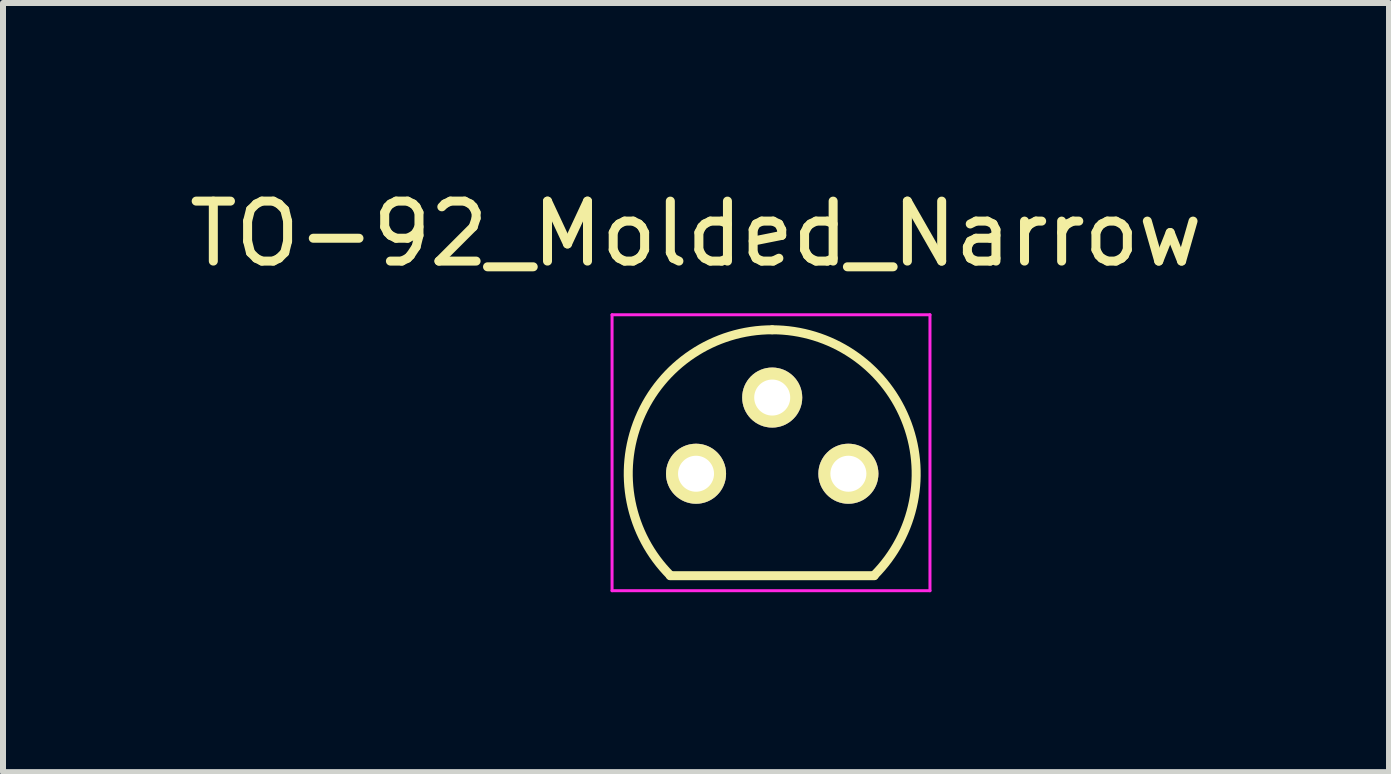
<source format=kicad_pcb>
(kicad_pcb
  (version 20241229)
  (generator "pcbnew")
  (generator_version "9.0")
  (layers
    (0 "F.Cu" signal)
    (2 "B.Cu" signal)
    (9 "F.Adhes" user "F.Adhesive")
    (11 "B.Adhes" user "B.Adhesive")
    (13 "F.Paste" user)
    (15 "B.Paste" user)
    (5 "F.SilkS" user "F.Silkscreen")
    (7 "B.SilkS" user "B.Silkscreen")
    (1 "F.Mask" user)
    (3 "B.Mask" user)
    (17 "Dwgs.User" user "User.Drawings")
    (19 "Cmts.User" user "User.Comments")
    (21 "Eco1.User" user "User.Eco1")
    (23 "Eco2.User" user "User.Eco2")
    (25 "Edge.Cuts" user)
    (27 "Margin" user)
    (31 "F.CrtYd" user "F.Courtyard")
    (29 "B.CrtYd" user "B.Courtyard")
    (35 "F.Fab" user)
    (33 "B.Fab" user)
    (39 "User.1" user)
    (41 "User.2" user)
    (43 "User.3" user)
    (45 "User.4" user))
  (footprint "TO-92_Molded_Narrow"
    (layer "F.Cu")
    (at 8.554 4.848)
    (property "Reference" "TO-92_Molded_Narrow" (at 0 -4 0) (layer "F.SilkS") (effects (font (size 1 1) (thickness 0.15))))
    (attr through_hole)
    (fp_line (start -0.43 1.7) (end 2.97 1.7) (stroke (width 0.15) (type solid)) (layer "F.SilkS"))
    (fp_arc (start -0.427056 1.697056) (mid -0.947311 -0.91844) (end 1.27 -2.4) (stroke (width 0.15) (type solid)) (layer "F.SilkS"))
    (fp_arc (start 1.27 -2.4) (mid 3.487311 -0.91844) (end 2.967056 1.697056) (stroke (width 0.15) (type solid)) (layer "F.SilkS"))
    (fp_line (start -1.4 -2.65) (end 3.9 -2.65) (stroke (width 0.05) (type solid)) (layer "F.CrtYd"))
    (fp_line (start -1.4 1.95) (end -1.4 -2.65) (stroke (width 0.05) (type solid)) (layer "F.CrtYd"))
    (fp_line (start -1.4 1.95) (end 3.9 1.95) (stroke (width 0.05) (type solid)) (layer "F.CrtYd"))
    (fp_line (start 3.9 1.95) (end 3.9 -2.65) (stroke (width 0.05) (type solid)) (layer "F.CrtYd"))
    (pad "GND" thru_hole circle (at 1.27 -1.27 90) (size 1.001 1.001) (drill 0.6) (layers "*.Cu" "*.Mask" "F.SilkS"))
    (pad "VI" thru_hole circle (at 2.54 0 90) (size 1.001 1.001) (drill 0.6) (layers "*.Cu" "*.Mask" "F.SilkS"))
    (pad "VO" thru_hole circle (at 0 0 90) (size 1.001 1.001) (drill 0.6) (layers "*.Cu" "*.Mask" "F.SilkS")))
  (gr_rect
    (start -3 -3)
    (end 20.107 9.823)
    (stroke (width 0.1) (type default))
    (fill no)
    (layer "Edge.Cuts")))
</source>
